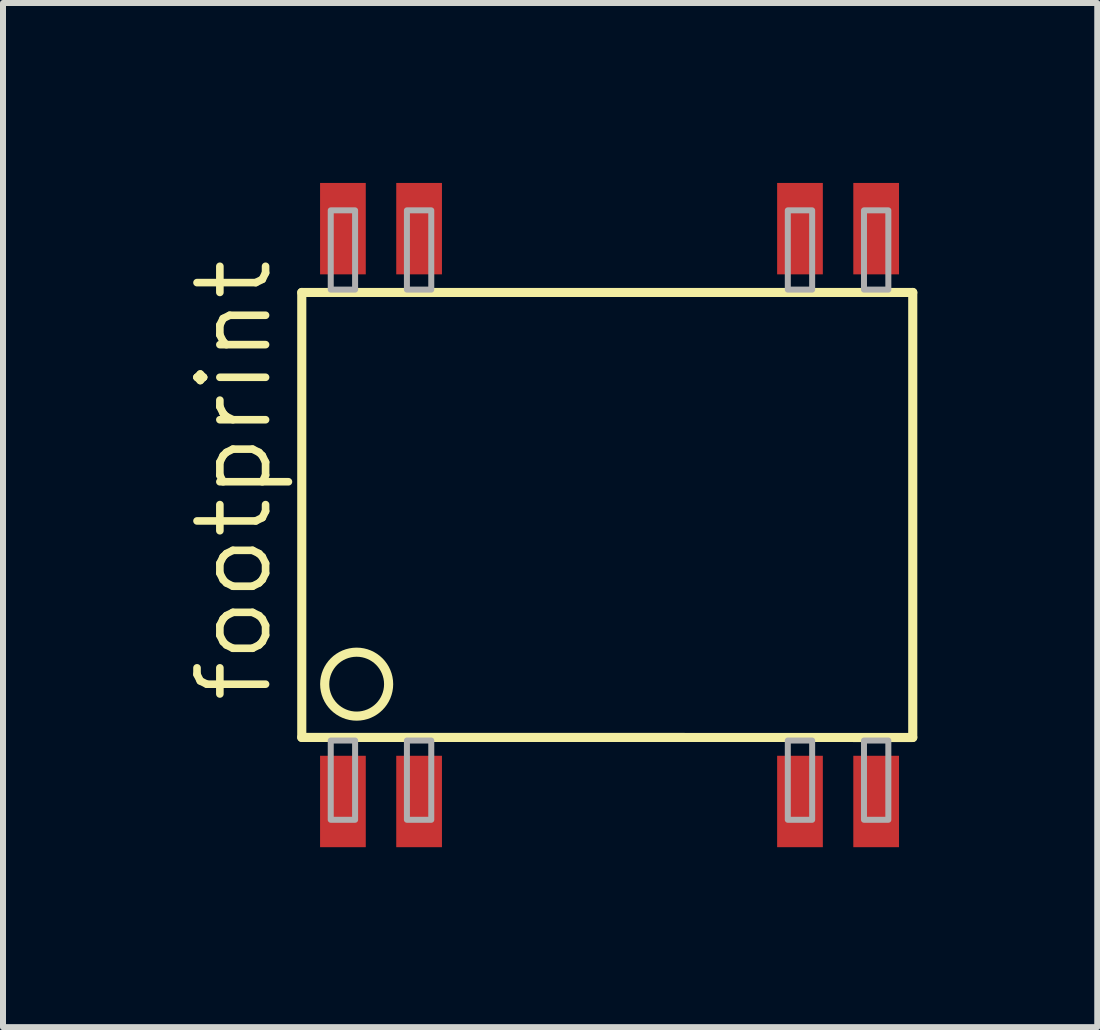
<source format=kicad_pcb>
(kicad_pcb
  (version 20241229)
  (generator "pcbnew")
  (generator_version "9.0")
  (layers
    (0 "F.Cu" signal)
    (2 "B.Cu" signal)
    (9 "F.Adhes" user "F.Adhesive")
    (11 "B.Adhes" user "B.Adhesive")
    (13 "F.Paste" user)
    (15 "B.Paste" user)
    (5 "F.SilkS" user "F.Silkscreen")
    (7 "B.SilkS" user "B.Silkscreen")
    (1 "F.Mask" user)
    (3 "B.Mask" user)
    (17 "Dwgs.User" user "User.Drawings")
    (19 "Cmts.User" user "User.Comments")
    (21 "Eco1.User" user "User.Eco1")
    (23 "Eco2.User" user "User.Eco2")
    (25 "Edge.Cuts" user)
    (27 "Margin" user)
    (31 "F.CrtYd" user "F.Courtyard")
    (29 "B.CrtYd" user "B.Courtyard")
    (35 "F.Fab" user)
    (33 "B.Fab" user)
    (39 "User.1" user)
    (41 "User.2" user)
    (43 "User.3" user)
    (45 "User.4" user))
  (footprint "footprint"
    (layer "F.Cu")
    (at 7.112 5.537)
    (property "Reference" "footprint" (at -5.588 3.175 90) (layer "F.SilkS") (effects (font (size 1.143 1.143) (thickness 0.127)) (justify left bottom)))
    (fp_line (start -5.131 -3.711) (end -5.131 3.707) (stroke (width 0.152) (type solid)) (layer "F.SilkS"))
    (fp_line (start -5.131 3.707) (end 5.055 3.708) (stroke (width 0.152) (type solid)) (layer "F.SilkS"))
    (fp_line (start 5.055 -3.711) (end -5.131 -3.711) (stroke (width 0.152) (type solid)) (layer "F.SilkS"))
    (fp_line (start 5.055 3.708) (end 5.055 -3.711) (stroke (width 0.152) (type solid)) (layer "F.SilkS"))
    (fp_circle (center -4.216 2.819) (end -3.683 2.819) (stroke (width 0.152) (type solid)) (fill no) (layer "F.SilkS"))
    (fp_poly (pts (xy -4.648 -3.759) (xy -4.242 -3.759) (xy -4.242 -5.08) (xy -4.648 -5.08)) (stroke (width 0.1) (type solid)) (fill no) (layer "F.Fab"))
    (fp_poly (pts (xy -4.648 5.08) (xy -4.242 5.08) (xy -4.242 3.759) (xy -4.648 3.759)) (stroke (width 0.1) (type solid)) (fill no) (layer "F.Fab"))
    (fp_poly (pts (xy -3.378 -3.759) (xy -2.972 -3.759) (xy -2.972 -5.08) (xy -3.378 -5.08)) (stroke (width 0.1) (type solid)) (fill no) (layer "F.Fab"))
    (fp_poly (pts (xy -3.378 5.08) (xy -2.972 5.08) (xy -2.972 3.759) (xy -3.378 3.759)) (stroke (width 0.1) (type solid)) (fill no) (layer "F.Fab"))
    (fp_poly (pts (xy 2.972 -3.759) (xy 3.378 -3.759) (xy 3.378 -5.08) (xy 2.972 -5.08)) (stroke (width 0.1) (type solid)) (fill no) (layer "F.Fab"))
    (fp_poly (pts (xy 2.972 5.08) (xy 3.378 5.08) (xy 3.378 3.759) (xy 2.972 3.759)) (stroke (width 0.1) (type solid)) (fill no) (layer "F.Fab"))
    (fp_poly (pts (xy 4.242 -3.759) (xy 4.648 -3.759) (xy 4.648 -5.08) (xy 4.242 -5.08)) (stroke (width 0.1) (type solid)) (fill no) (layer "F.Fab"))
    (fp_poly (pts (xy 4.242 5.08) (xy 4.648 5.08) (xy 4.648 3.759) (xy 4.242 3.759)) (stroke (width 0.1) (type solid)) (fill no) (layer "F.Fab"))
    (pad "1" smd rect (at -4.445 4.775) (size 0.762 1.524) (layers "F.Cu" "F.Mask" "F.Paste"))
    (pad "2" smd rect (at -3.175 4.775) (size 0.762 1.524) (layers "F.Cu" "F.Mask" "F.Paste"))
    (pad "7" smd rect (at 3.175 4.775) (size 0.762 1.524) (layers "F.Cu" "F.Mask" "F.Paste"))
    (pad "8" smd rect (at 4.445 4.775) (size 0.762 1.524) (layers "F.Cu" "F.Mask" "F.Paste"))
    (pad "9" smd rect (at 4.445 -4.775) (size 0.762 1.524) (layers "F.Cu" "F.Mask" "F.Paste"))
    (pad "10" smd rect (at 3.175 -4.775) (size 0.762 1.524) (layers "F.Cu" "F.Mask" "F.Paste"))
    (pad "15" smd rect (at -3.175 -4.775) (size 0.762 1.524) (layers "F.Cu" "F.Mask" "F.Paste"))
    (pad "16" smd rect (at -4.445 -4.775) (size 0.762 1.524) (layers "F.Cu" "F.Mask" "F.Paste")))
  (gr_rect
    (start -3 -3)
    (end 15.243 14.074)
    (stroke (width 0.1) (type default))
    (fill no)
    (layer "Edge.Cuts")))
</source>
